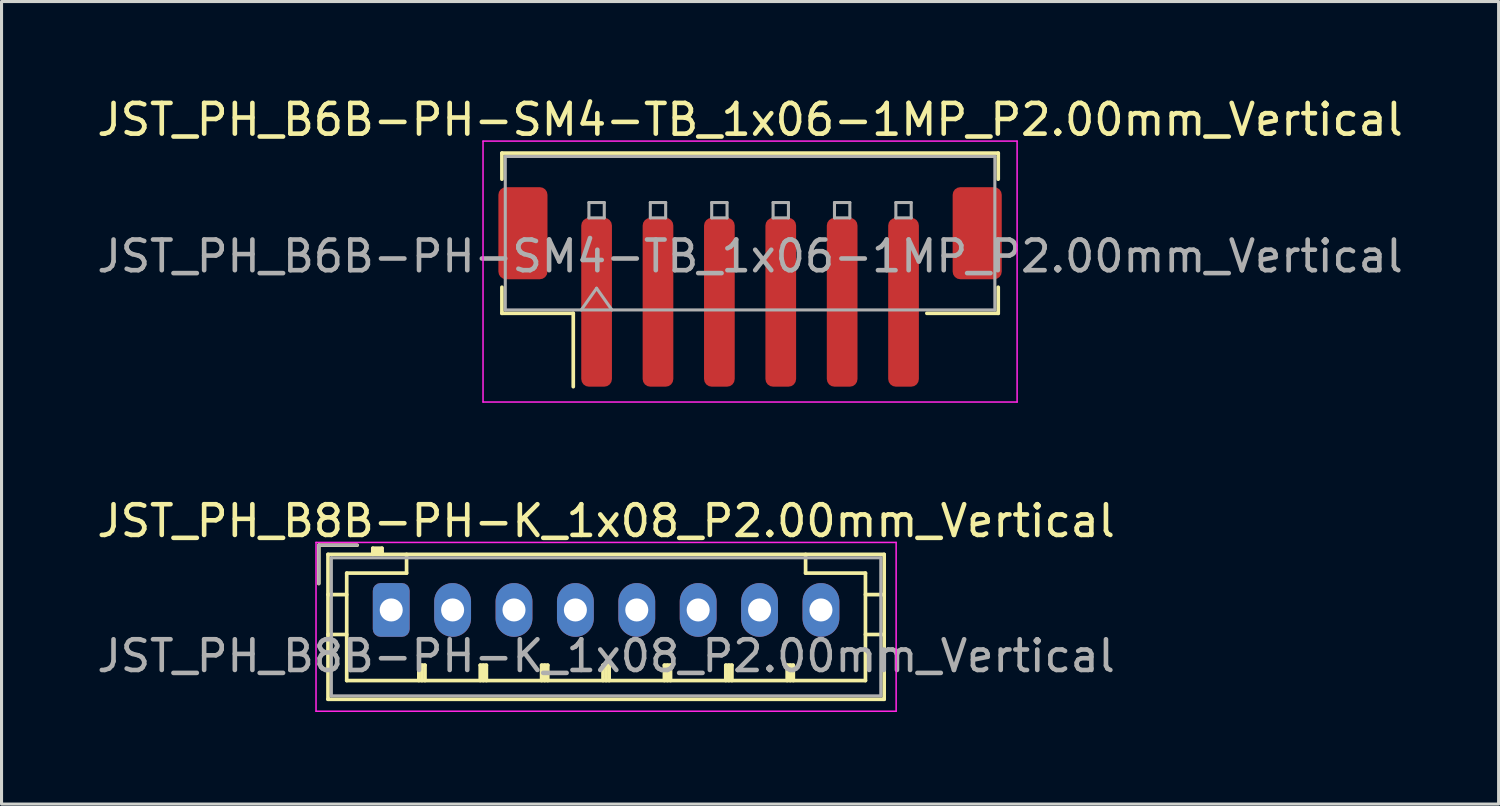
<source format=kicad_pcb>
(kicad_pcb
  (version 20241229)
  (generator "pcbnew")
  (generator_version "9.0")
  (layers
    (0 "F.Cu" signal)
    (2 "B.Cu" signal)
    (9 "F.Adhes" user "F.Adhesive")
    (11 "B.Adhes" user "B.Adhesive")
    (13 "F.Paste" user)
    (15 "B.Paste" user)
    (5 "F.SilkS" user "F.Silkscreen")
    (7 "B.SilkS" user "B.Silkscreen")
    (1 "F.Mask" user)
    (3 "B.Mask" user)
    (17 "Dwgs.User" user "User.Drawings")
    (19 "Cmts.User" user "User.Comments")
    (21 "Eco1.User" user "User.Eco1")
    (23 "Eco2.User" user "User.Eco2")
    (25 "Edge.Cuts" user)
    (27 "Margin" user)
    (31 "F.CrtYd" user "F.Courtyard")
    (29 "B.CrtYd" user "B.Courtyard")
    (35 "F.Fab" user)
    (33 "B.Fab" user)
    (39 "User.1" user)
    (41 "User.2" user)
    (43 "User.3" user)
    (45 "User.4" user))
  (footprint "JST_PH_B8B-PH-K_1x08_P2.00mm_Vertical"
    (layer "F.Cu")
    (at 9.696 16.822)
    (property "Reference" "JST_PH_B8B-PH-K_1x08_P2.00mm_Vertical" (at 7 -2.9 0) (layer "F.SilkS") (effects (font (size 1 1) (thickness 0.15))))
    (attr through_hole)
    (fp_line (start -2.36 -2.11) (end -2.36 -0.86) (stroke (width 0.12) (type solid)) (layer "F.SilkS"))
    (fp_line (start -2.06 -1.81) (end -2.06 2.91) (stroke (width 0.12) (type solid)) (layer "F.SilkS"))
    (fp_line (start -2.06 -0.5) (end -1.45 -0.5) (stroke (width 0.12) (type solid)) (layer "F.SilkS"))
    (fp_line (start -2.06 0.8) (end -1.45 0.8) (stroke (width 0.12) (type solid)) (layer "F.SilkS"))
    (fp_line (start -2.06 2.91) (end 16.06 2.91) (stroke (width 0.12) (type solid)) (layer "F.SilkS"))
    (fp_line (start -1.45 -1.2) (end -1.45 2.3) (stroke (width 0.12) (type solid)) (layer "F.SilkS"))
    (fp_line (start -1.45 2.3) (end 15.45 2.3) (stroke (width 0.12) (type solid)) (layer "F.SilkS"))
    (fp_line (start -1.11 -2.11) (end -2.36 -2.11) (stroke (width 0.12) (type solid)) (layer "F.SilkS"))
    (fp_line (start -0.6 -2.01) (end -0.6 -1.81) (stroke (width 0.12) (type solid)) (layer "F.SilkS"))
    (fp_line (start -0.3 -2.01) (end -0.6 -2.01) (stroke (width 0.12) (type solid)) (layer "F.SilkS"))
    (fp_line (start -0.3 -1.91) (end -0.6 -1.91) (stroke (width 0.12) (type solid)) (layer "F.SilkS"))
    (fp_line (start -0.3 -1.81) (end -0.3 -2.01) (stroke (width 0.12) (type solid)) (layer "F.SilkS"))
    (fp_line (start 0.5 -1.81) (end 0.5 -1.2) (stroke (width 0.12) (type solid)) (layer "F.SilkS"))
    (fp_line (start 0.5 -1.2) (end -1.45 -1.2) (stroke (width 0.12) (type solid)) (layer "F.SilkS"))
    (fp_line (start 0.9 1.8) (end 1.1 1.8) (stroke (width 0.12) (type solid)) (layer "F.SilkS"))
    (fp_line (start 0.9 2.3) (end 0.9 1.8) (stroke (width 0.12) (type solid)) (layer "F.SilkS"))
    (fp_line (start 1 2.3) (end 1 1.8) (stroke (width 0.12) (type solid)) (layer "F.SilkS"))
    (fp_line (start 1.1 1.8) (end 1.1 2.3) (stroke (width 0.12) (type solid)) (layer "F.SilkS"))
    (fp_line (start 2.9 1.8) (end 3.1 1.8) (stroke (width 0.12) (type solid)) (layer "F.SilkS"))
    (fp_line (start 2.9 2.3) (end 2.9 1.8) (stroke (width 0.12) (type solid)) (layer "F.SilkS"))
    (fp_line (start 3 2.3) (end 3 1.8) (stroke (width 0.12) (type solid)) (layer "F.SilkS"))
    (fp_line (start 3.1 1.8) (end 3.1 2.3) (stroke (width 0.12) (type solid)) (layer "F.SilkS"))
    (fp_line (start 4.9 1.8) (end 5.1 1.8) (stroke (width 0.12) (type solid)) (layer "F.SilkS"))
    (fp_line (start 4.9 2.3) (end 4.9 1.8) (stroke (width 0.12) (type solid)) (layer "F.SilkS"))
    (fp_line (start 5 2.3) (end 5 1.8) (stroke (width 0.12) (type solid)) (layer "F.SilkS"))
    (fp_line (start 5.1 1.8) (end 5.1 2.3) (stroke (width 0.12) (type solid)) (layer "F.SilkS"))
    (fp_line (start 6.9 1.8) (end 7.1 1.8) (stroke (width 0.12) (type solid)) (layer "F.SilkS"))
    (fp_line (start 6.9 2.3) (end 6.9 1.8) (stroke (width 0.12) (type solid)) (layer "F.SilkS"))
    (fp_line (start 7 2.3) (end 7 1.8) (stroke (width 0.12) (type solid)) (layer "F.SilkS"))
    (fp_line (start 7.1 1.8) (end 7.1 2.3) (stroke (width 0.12) (type solid)) (layer "F.SilkS"))
    (fp_line (start 8.9 1.8) (end 9.1 1.8) (stroke (width 0.12) (type solid)) (layer "F.SilkS"))
    (fp_line (start 8.9 2.3) (end 8.9 1.8) (stroke (width 0.12) (type solid)) (layer "F.SilkS"))
    (fp_line (start 9 2.3) (end 9 1.8) (stroke (width 0.12) (type solid)) (layer "F.SilkS"))
    (fp_line (start 9.1 1.8) (end 9.1 2.3) (stroke (width 0.12) (type solid)) (layer "F.SilkS"))
    (fp_line (start 10.9 1.8) (end 11.1 1.8) (stroke (width 0.12) (type solid)) (layer "F.SilkS"))
    (fp_line (start 10.9 2.3) (end 10.9 1.8) (stroke (width 0.12) (type solid)) (layer "F.SilkS"))
    (fp_line (start 11 2.3) (end 11 1.8) (stroke (width 0.12) (type solid)) (layer "F.SilkS"))
    (fp_line (start 11.1 1.8) (end 11.1 2.3) (stroke (width 0.12) (type solid)) (layer "F.SilkS"))
    (fp_line (start 12.9 1.8) (end 13.1 1.8) (stroke (width 0.12) (type solid)) (layer "F.SilkS"))
    (fp_line (start 12.9 2.3) (end 12.9 1.8) (stroke (width 0.12) (type solid)) (layer "F.SilkS"))
    (fp_line (start 13 2.3) (end 13 1.8) (stroke (width 0.12) (type solid)) (layer "F.SilkS"))
    (fp_line (start 13.1 1.8) (end 13.1 2.3) (stroke (width 0.12) (type solid)) (layer "F.SilkS"))
    (fp_line (start 13.5 -1.2) (end 13.5 -1.81) (stroke (width 0.12) (type solid)) (layer "F.SilkS"))
    (fp_line (start 15.45 -1.2) (end 13.5 -1.2) (stroke (width 0.12) (type solid)) (layer "F.SilkS"))
    (fp_line (start 15.45 2.3) (end 15.45 -1.2) (stroke (width 0.12) (type solid)) (layer "F.SilkS"))
    (fp_line (start 16.06 -1.81) (end -2.06 -1.81) (stroke (width 0.12) (type solid)) (layer "F.SilkS"))
    (fp_line (start 16.06 -0.5) (end 15.45 -0.5) (stroke (width 0.12) (type solid)) (layer "F.SilkS"))
    (fp_line (start 16.06 0.8) (end 15.45 0.8) (stroke (width 0.12) (type solid)) (layer "F.SilkS"))
    (fp_line (start 16.06 2.91) (end 16.06 -1.81) (stroke (width 0.12) (type solid)) (layer "F.SilkS"))
    (fp_line (start -2.45 -2.2) (end -2.45 3.3) (stroke (width 0.05) (type solid)) (layer "F.CrtYd"))
    (fp_line (start -2.45 3.3) (end 16.45 3.3) (stroke (width 0.05) (type solid)) (layer "F.CrtYd"))
    (fp_line (start 16.45 -2.2) (end -2.45 -2.2) (stroke (width 0.05) (type solid)) (layer "F.CrtYd"))
    (fp_line (start 16.45 3.3) (end 16.45 -2.2) (stroke (width 0.05) (type solid)) (layer "F.CrtYd"))
    (fp_line (start -2.36 -2.11) (end -2.36 -0.86) (stroke (width 0.1) (type solid)) (layer "F.Fab"))
    (fp_line (start -1.95 -1.7) (end -1.95 2.8) (stroke (width 0.1) (type solid)) (layer "F.Fab"))
    (fp_line (start -1.95 2.8) (end 15.95 2.8) (stroke (width 0.1) (type solid)) (layer "F.Fab"))
    (fp_line (start -1.11 -2.11) (end -2.36 -2.11) (stroke (width 0.1) (type solid)) (layer "F.Fab"))
    (fp_line (start 15.95 -1.7) (end -1.95 -1.7) (stroke (width 0.1) (type solid)) (layer "F.Fab"))
    (fp_line (start 15.95 2.8) (end 15.95 -1.7) (stroke (width 0.1) (type solid)) (layer "F.Fab"))
    (fp_text user "${REFERENCE}" (at 7 1.5 0) (layer "F.Fab") (effects (font (size 1 1) (thickness 0.15))))
    (pad "1" thru_hole roundrect (at 0 0) (size 1.2 1.75) (drill 0.75) (layers "*.Cu" "*.Mask") (roundrect_rratio 0.208))
    (pad "2" thru_hole oval (at 2 0) (size 1.2 1.75) (drill 0.75) (layers "*.Cu" "*.Mask"))
    (pad "3" thru_hole oval (at 4 0) (size 1.2 1.75) (drill 0.75) (layers "*.Cu" "*.Mask"))
    (pad "4" thru_hole oval (at 6 0) (size 1.2 1.75) (drill 0.75) (layers "*.Cu" "*.Mask"))
    (pad "5" thru_hole oval (at 8 0) (size 1.2 1.75) (drill 0.75) (layers "*.Cu" "*.Mask"))
    (pad "6" thru_hole oval (at 10 0) (size 1.2 1.75) (drill 0.75) (layers "*.Cu" "*.Mask"))
    (pad "7" thru_hole oval (at 12 0) (size 1.2 1.75) (drill 0.75) (layers "*.Cu" "*.Mask"))
    (pad "8" thru_hole oval (at 14 0) (size 1.2 1.75) (drill 0.75) (layers "*.Cu" "*.Mask")))
  (footprint "JST_PH_B6B-PH-SM4-TB_1x06-1MP_P2.00mm_Vertical"
    (layer "F.Cu")
    (at 21.387 6.298)
    (property "Reference" "JST_PH_B6B-PH-SM4-TB_1x06-1MP_P2.00mm_Vertical" (at 0 -5.45 0) (layer "F.SilkS") (effects (font (size 1 1) (thickness 0.15))))
    (attr smd)
    (fp_line (start -8.085 -4.36) (end 8.085 -4.36) (stroke (width 0.12) (type solid)) (layer "F.SilkS"))
    (fp_line (start -8.085 -3.51) (end -8.085 -4.36) (stroke (width 0.12) (type solid)) (layer "F.SilkS"))
    (fp_line (start -8.085 0.01) (end -8.085 0.86) (stroke (width 0.12) (type solid)) (layer "F.SilkS"))
    (fp_line (start -8.085 0.86) (end -5.76 0.86) (stroke (width 0.12) (type solid)) (layer "F.SilkS"))
    (fp_line (start -5.76 0.86) (end -5.76 3.25) (stroke (width 0.12) (type solid)) (layer "F.SilkS"))
    (fp_line (start 8.085 -4.36) (end 8.085 -3.51) (stroke (width 0.12) (type solid)) (layer "F.SilkS"))
    (fp_line (start 8.085 0.01) (end 8.085 0.86) (stroke (width 0.12) (type solid)) (layer "F.SilkS"))
    (fp_line (start 8.085 0.86) (end 5.76 0.86) (stroke (width 0.12) (type solid)) (layer "F.SilkS"))
    (fp_line (start -8.7 -4.75) (end -8.7 3.75) (stroke (width 0.05) (type solid)) (layer "F.CrtYd"))
    (fp_line (start -8.7 3.75) (end 8.7 3.75) (stroke (width 0.05) (type solid)) (layer "F.CrtYd"))
    (fp_line (start 8.7 -4.75) (end -8.7 -4.75) (stroke (width 0.05) (type solid)) (layer "F.CrtYd"))
    (fp_line (start 8.7 3.75) (end 8.7 -4.75) (stroke (width 0.05) (type solid)) (layer "F.CrtYd"))
    (fp_line (start -7.975 -4.25) (end 7.975 -4.25) (stroke (width 0.1) (type solid)) (layer "F.Fab"))
    (fp_line (start -7.975 0.75) (end -7.975 -4.25) (stroke (width 0.1) (type solid)) (layer "F.Fab"))
    (fp_line (start -7.975 0.75) (end 7.975 0.75) (stroke (width 0.1) (type solid)) (layer "F.Fab"))
    (fp_line (start -5.5 0.75) (end -5 0.043) (stroke (width 0.1) (type solid)) (layer "F.Fab"))
    (fp_line (start -5.25 -2.75) (end -5.25 -2.25) (stroke (width 0.1) (type solid)) (layer "F.Fab"))
    (fp_line (start -5.25 -2.25) (end -4.75 -2.25) (stroke (width 0.1) (type solid)) (layer "F.Fab"))
    (fp_line (start -5 0.043) (end -4.5 0.75) (stroke (width 0.1) (type solid)) (layer "F.Fab"))
    (fp_line (start -4.75 -2.75) (end -5.25 -2.75) (stroke (width 0.1) (type solid)) (layer "F.Fab"))
    (fp_line (start -4.75 -2.25) (end -4.75 -2.75) (stroke (width 0.1) (type solid)) (layer "F.Fab"))
    (fp_line (start -3.25 -2.75) (end -3.25 -2.25) (stroke (width 0.1) (type solid)) (layer "F.Fab"))
    (fp_line (start -3.25 -2.25) (end -2.75 -2.25) (stroke (width 0.1) (type solid)) (layer "F.Fab"))
    (fp_line (start -2.75 -2.75) (end -3.25 -2.75) (stroke (width 0.1) (type solid)) (layer "F.Fab"))
    (fp_line (start -2.75 -2.25) (end -2.75 -2.75) (stroke (width 0.1) (type solid)) (layer "F.Fab"))
    (fp_line (start -1.25 -2.75) (end -1.25 -2.25) (stroke (width 0.1) (type solid)) (layer "F.Fab"))
    (fp_line (start -1.25 -2.25) (end -0.75 -2.25) (stroke (width 0.1) (type solid)) (layer "F.Fab"))
    (fp_line (start -0.75 -2.75) (end -1.25 -2.75) (stroke (width 0.1) (type solid)) (layer "F.Fab"))
    (fp_line (start -0.75 -2.25) (end -0.75 -2.75) (stroke (width 0.1) (type solid)) (layer "F.Fab"))
    (fp_line (start 0.75 -2.75) (end 0.75 -2.25) (stroke (width 0.1) (type solid)) (layer "F.Fab"))
    (fp_line (start 0.75 -2.25) (end 1.25 -2.25) (stroke (width 0.1) (type solid)) (layer "F.Fab"))
    (fp_line (start 1.25 -2.75) (end 0.75 -2.75) (stroke (width 0.1) (type solid)) (layer "F.Fab"))
    (fp_line (start 1.25 -2.25) (end 1.25 -2.75) (stroke (width 0.1) (type solid)) (layer "F.Fab"))
    (fp_line (start 2.75 -2.75) (end 2.75 -2.25) (stroke (width 0.1) (type solid)) (layer "F.Fab"))
    (fp_line (start 2.75 -2.25) (end 3.25 -2.25) (stroke (width 0.1) (type solid)) (layer "F.Fab"))
    (fp_line (start 3.25 -2.75) (end 2.75 -2.75) (stroke (width 0.1) (type solid)) (layer "F.Fab"))
    (fp_line (start 3.25 -2.25) (end 3.25 -2.75) (stroke (width 0.1) (type solid)) (layer "F.Fab"))
    (fp_line (start 4.75 -2.75) (end 4.75 -2.25) (stroke (width 0.1) (type solid)) (layer "F.Fab"))
    (fp_line (start 4.75 -2.25) (end 5.25 -2.25) (stroke (width 0.1) (type solid)) (layer "F.Fab"))
    (fp_line (start 5.25 -2.75) (end 4.75 -2.75) (stroke (width 0.1) (type solid)) (layer "F.Fab"))
    (fp_line (start 5.25 -2.25) (end 5.25 -2.75) (stroke (width 0.1) (type solid)) (layer "F.Fab"))
    (fp_line (start 7.975 0.75) (end 7.975 -4.25) (stroke (width 0.1) (type solid)) (layer "F.Fab"))
    (fp_text user "${REFERENCE}" (at 0 -1 0) (layer "F.Fab") (effects (font (size 1 1) (thickness 0.15))))
    (pad "1" smd roundrect (at -5 0.5) (size 1 5.5) (layers "F.Cu" "F.Mask" "F.Paste") (roundrect_rratio 0.25))
    (pad "2" smd roundrect (at -3 0.5) (size 1 5.5) (layers "F.Cu" "F.Mask" "F.Paste") (roundrect_rratio 0.25))
    (pad "3" smd roundrect (at -1 0.5) (size 1 5.5) (layers "F.Cu" "F.Mask" "F.Paste") (roundrect_rratio 0.25))
    (pad "4" smd roundrect (at 1 0.5) (size 1 5.5) (layers "F.Cu" "F.Mask" "F.Paste") (roundrect_rratio 0.25))
    (pad "5" smd roundrect (at 3 0.5) (size 1 5.5) (layers "F.Cu" "F.Mask" "F.Paste") (roundrect_rratio 0.25))
    (pad "6" smd roundrect (at 5 0.5) (size 1 5.5) (layers "F.Cu" "F.Mask" "F.Paste") (roundrect_rratio 0.25))
    (pad "MP" smd roundrect (at -7.4 -1.75) (size 1.6 3) (layers "F.Cu" "F.Mask" "F.Paste") (roundrect_rratio 0.156))
    (pad "MP" smd roundrect (at 7.4 -1.75) (size 1.6 3) (layers "F.Cu" "F.Mask" "F.Paste") (roundrect_rratio 0.156)))
  (gr_rect
    (start -3 -3)
    (end 45.774 23.146)
    (stroke (width 0.1) (type default))
    (fill no)
    (layer "Edge.Cuts")))
</source>
